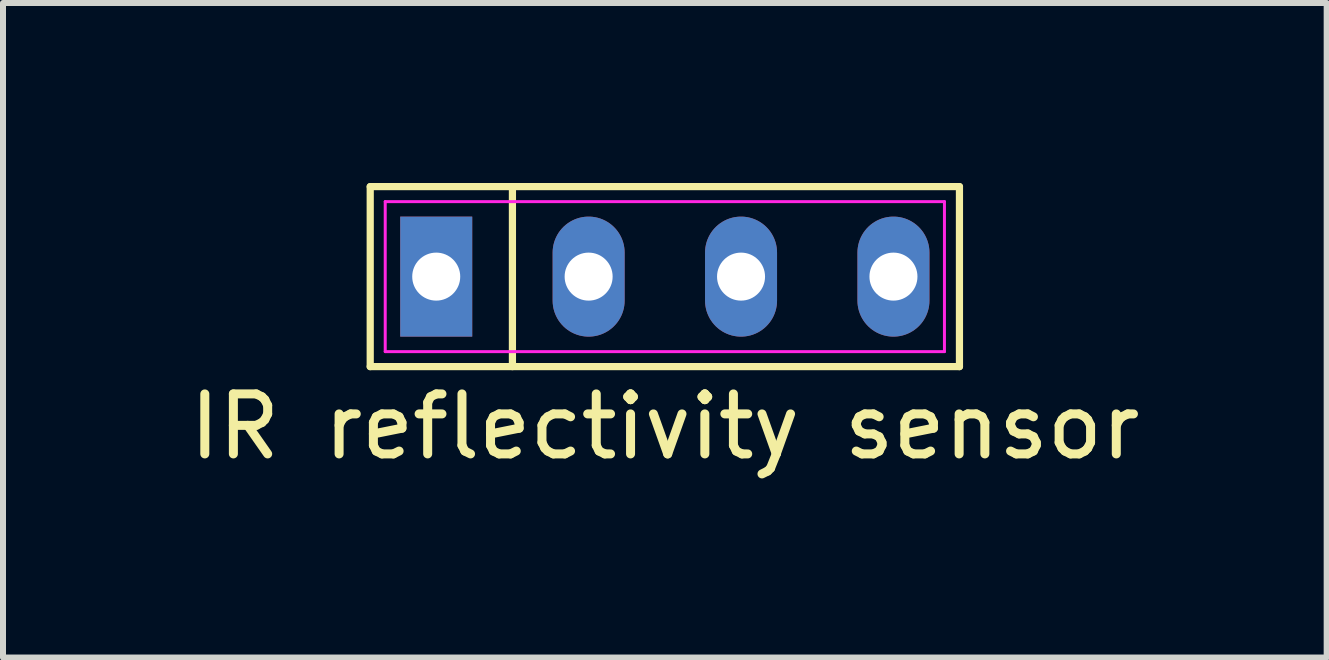
<source format=kicad_pcb>
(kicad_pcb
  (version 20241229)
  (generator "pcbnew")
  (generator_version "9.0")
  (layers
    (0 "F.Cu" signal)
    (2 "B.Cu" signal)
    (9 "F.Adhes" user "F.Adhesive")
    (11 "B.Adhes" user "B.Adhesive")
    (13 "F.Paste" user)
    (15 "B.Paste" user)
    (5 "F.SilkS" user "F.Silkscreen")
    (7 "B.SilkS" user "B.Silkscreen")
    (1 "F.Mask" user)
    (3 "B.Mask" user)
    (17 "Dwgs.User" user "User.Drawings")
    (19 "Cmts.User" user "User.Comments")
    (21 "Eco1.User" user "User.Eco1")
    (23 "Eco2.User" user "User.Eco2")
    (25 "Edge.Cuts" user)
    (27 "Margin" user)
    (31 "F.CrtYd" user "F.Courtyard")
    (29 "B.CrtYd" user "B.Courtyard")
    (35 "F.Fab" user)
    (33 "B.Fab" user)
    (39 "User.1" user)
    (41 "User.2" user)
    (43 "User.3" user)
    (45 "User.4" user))
  (footprint "IR reflectivity sensor"
    (layer "F.Cu")
    (at 8.03 1.56)
    (property "Reference" "IR reflectivity sensor" (at 0 2.5 0) (layer "F.SilkS") (effects (font (size 1 1) (thickness 0.15))))
    (fp_line (start -4.91 -1.5) (end 4.91 -1.5) (stroke (width 0.12) (type solid)) (layer "F.SilkS"))
    (fp_line (start -4.91 1.5) (end -4.91 -1.5) (stroke (width 0.12) (type solid)) (layer "F.SilkS"))
    (fp_line (start -2.54 -1.5) (end -2.54 1.5) (stroke (width 0.12) (type solid)) (layer "F.SilkS"))
    (fp_line (start 4.91 -1.5) (end 4.91 1.5) (stroke (width 0.12) (type solid)) (layer "F.SilkS"))
    (fp_line (start 4.91 1.5) (end -4.91 1.5) (stroke (width 0.12) (type solid)) (layer "F.SilkS"))
    (fp_line (start -4.66 -1.25) (end 4.66 -1.25) (stroke (width 0.05) (type solid)) (layer "F.CrtYd"))
    (fp_line (start -4.66 1.25) (end -4.66 -1.25) (stroke (width 0.05) (type solid)) (layer "F.CrtYd"))
    (fp_line (start 4.66 -1.25) (end 4.66 1.25) (stroke (width 0.05) (type solid)) (layer "F.CrtYd"))
    (fp_line (start 4.66 1.25) (end -4.66 1.25) (stroke (width 0.05) (type solid)) (layer "F.CrtYd"))
    (pad "1" thru_hole rect (at -3.81 0) (size 1.2 2) (drill 0.8) (layers "*.Cu" "*.Mask"))
    (pad "2" thru_hole oval (at -1.27 0) (size 1.2 2) (drill 0.8) (layers "*.Cu" "*.Mask"))
    (pad "3" thru_hole oval (at 1.27 0) (size 1.2 2) (drill 0.8) (layers "*.Cu" "*.Mask"))
    (pad "4" thru_hole oval (at 3.81 0) (size 1.2 2) (drill 0.8) (layers "*.Cu" "*.Mask")))
  (gr_rect
    (start -3 -3)
    (end 19.06 7.908)
    (stroke (width 0.1) (type default))
    (fill no)
    (layer "Edge.Cuts")))
</source>
